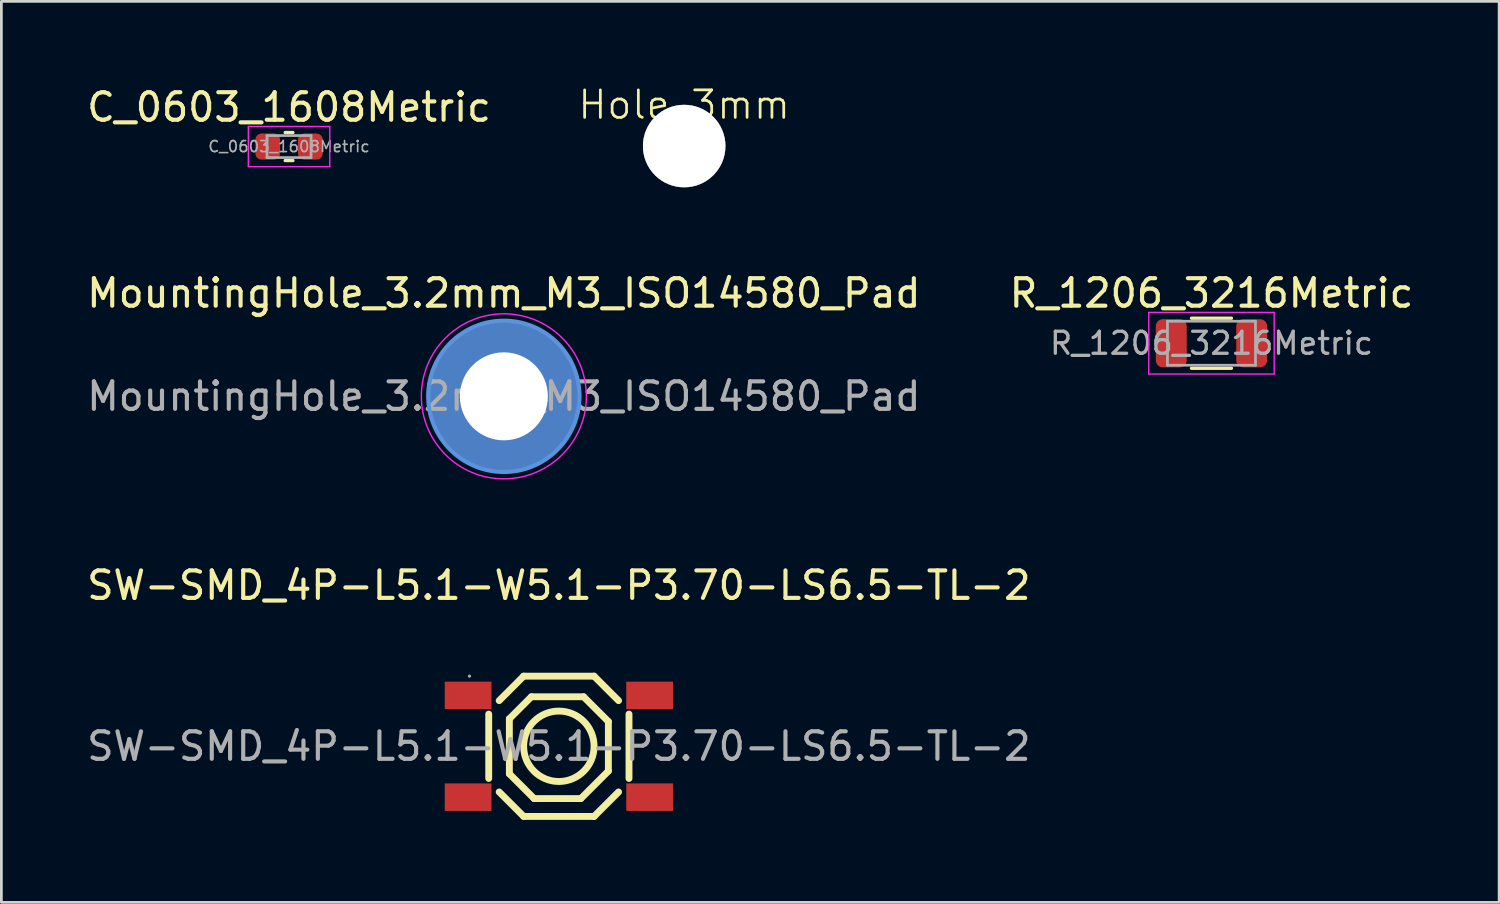
<source format=kicad_pcb>
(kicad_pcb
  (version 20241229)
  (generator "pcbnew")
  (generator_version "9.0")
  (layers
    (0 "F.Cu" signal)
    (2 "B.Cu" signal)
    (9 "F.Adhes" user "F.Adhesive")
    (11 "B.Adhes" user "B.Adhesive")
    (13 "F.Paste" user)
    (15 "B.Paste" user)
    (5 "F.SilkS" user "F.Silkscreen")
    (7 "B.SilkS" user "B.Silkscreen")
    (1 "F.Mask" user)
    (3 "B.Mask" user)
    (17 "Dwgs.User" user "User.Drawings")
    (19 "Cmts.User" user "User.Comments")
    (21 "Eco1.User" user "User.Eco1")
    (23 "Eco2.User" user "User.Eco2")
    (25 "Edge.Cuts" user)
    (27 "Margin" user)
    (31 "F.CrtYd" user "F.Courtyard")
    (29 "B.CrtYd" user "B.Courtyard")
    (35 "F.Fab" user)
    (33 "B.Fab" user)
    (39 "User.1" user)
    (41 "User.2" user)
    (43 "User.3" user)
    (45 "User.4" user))
  (footprint "MountingHole_3.2mm_M3_ISO14580_Pad"
    (layer "F.Cu")
    (at 15.268 11.359)
    (property "Reference" "MountingHole_3.2mm_M3_ISO14580_Pad" (at 0 -3.75 0) (layer "F.SilkS") (effects (font (size 1 1) (thickness 0.15))))
    (attr exclude_from_pos_files)
    (fp_circle (center 0 0) (end 2.75 0) (stroke (width 0.15) (type solid)) (fill no) (layer "Cmts.User"))
    (fp_circle (center 0 0) (end 3 0) (stroke (width 0.05) (type solid)) (fill no) (layer "F.CrtYd"))
    (fp_text user "${REFERENCE}" (at 0 0 0) (layer "F.Fab") (effects (font (size 1 1) (thickness 0.15))))
    (pad "1" thru_hole circle (at 0 0) (size 5.5 5.5) (drill 3.2) (layers "*.Cu" "*.Mask")))
  (footprint "Hole_3mm"
    (layer "F.Cu")
    (at 21.824 2.26)
    (property "Reference" "Hole_3mm" (at 0 -1.5 0) (unlocked yes) (layer "F.SilkS") (effects (font (size 1 1) (thickness 0.1))))
    (pad "0" thru_hole circle (at 0 0) (size 3 3) (drill 3) (layers "*.Cu" "*.Mask")))
  (footprint "C_0603_1608Metric"
    (layer "F.Cu")
    (at 7.458 2.278)
    (property "Reference" "C_0603_1608Metric" (at 0 -1.43 0) (layer "F.SilkS") (effects (font (size 1 1) (thickness 0.15))))
    (attr smd)
    (fp_line (start -0.141 -0.51) (end 0.141 -0.51) (stroke (width 0.12) (type solid)) (layer "F.SilkS"))
    (fp_line (start -0.141 0.51) (end 0.141 0.51) (stroke (width 0.12) (type solid)) (layer "F.SilkS"))
    (fp_line (start -1.48 -0.73) (end 1.48 -0.73) (stroke (width 0.05) (type solid)) (layer "F.CrtYd"))
    (fp_line (start -1.48 0.73) (end -1.48 -0.73) (stroke (width 0.05) (type solid)) (layer "F.CrtYd"))
    (fp_line (start 1.48 -0.73) (end 1.48 0.73) (stroke (width 0.05) (type solid)) (layer "F.CrtYd"))
    (fp_line (start 1.48 0.73) (end -1.48 0.73) (stroke (width 0.05) (type solid)) (layer "F.CrtYd"))
    (fp_line (start -0.8 -0.4) (end 0.8 -0.4) (stroke (width 0.1) (type solid)) (layer "F.Fab"))
    (fp_line (start -0.8 0.4) (end -0.8 -0.4) (stroke (width 0.1) (type solid)) (layer "F.Fab"))
    (fp_line (start 0.8 -0.4) (end 0.8 0.4) (stroke (width 0.1) (type solid)) (layer "F.Fab"))
    (fp_line (start 0.8 0.4) (end -0.8 0.4) (stroke (width 0.1) (type solid)) (layer "F.Fab"))
    (fp_text user "${REFERENCE}" (at 0 0 0) (layer "F.Fab") (effects (font (size 0.4 0.4) (thickness 0.06))))
    (pad "1" smd roundrect (at -0.775 0) (size 0.9 0.95) (layers "F.Cu" "F.Mask" "F.Paste") (roundrect_rratio 0.25))
    (pad "2" smd roundrect (at 0.775 0) (size 0.9 0.95) (layers "F.Cu" "F.Mask" "F.Paste") (roundrect_rratio 0.25)))
  (footprint "R_1206_3216Metric"
    (layer "F.Cu")
    (at 40.994 9.429)
    (property "Reference" "R_1206_3216Metric" (at 0 -1.82 0) (layer "F.SilkS") (effects (font (size 1 1) (thickness 0.15))))
    (attr smd)
    (fp_line (start -0.727 -0.91) (end 0.727 -0.91) (stroke (width 0.12) (type solid)) (layer "F.SilkS"))
    (fp_line (start -0.727 0.91) (end 0.727 0.91) (stroke (width 0.12) (type solid)) (layer "F.SilkS"))
    (fp_line (start -2.28 -1.12) (end 2.28 -1.12) (stroke (width 0.05) (type solid)) (layer "F.CrtYd"))
    (fp_line (start -2.28 1.12) (end -2.28 -1.12) (stroke (width 0.05) (type solid)) (layer "F.CrtYd"))
    (fp_line (start 2.28 -1.12) (end 2.28 1.12) (stroke (width 0.05) (type solid)) (layer "F.CrtYd"))
    (fp_line (start 2.28 1.12) (end -2.28 1.12) (stroke (width 0.05) (type solid)) (layer "F.CrtYd"))
    (fp_line (start -1.6 -0.8) (end 1.6 -0.8) (stroke (width 0.1) (type solid)) (layer "F.Fab"))
    (fp_line (start -1.6 0.8) (end -1.6 -0.8) (stroke (width 0.1) (type solid)) (layer "F.Fab"))
    (fp_line (start 1.6 -0.8) (end 1.6 0.8) (stroke (width 0.1) (type solid)) (layer "F.Fab"))
    (fp_line (start 1.6 0.8) (end -1.6 0.8) (stroke (width 0.1) (type solid)) (layer "F.Fab"))
    (fp_text user "${REFERENCE}" (at 0 0 0) (layer "F.Fab") (effects (font (size 0.8 0.8) (thickness 0.12))))
    (pad "1" smd roundrect (at -1.462 0) (size 1.125 1.75) (layers "F.Cu" "F.Mask" "F.Paste") (roundrect_rratio 0.222))
    (pad "2" smd roundrect (at 1.462 0) (size 1.125 1.75) (layers "F.Cu" "F.Mask" "F.Paste") (roundrect_rratio 0.222)))
  (footprint "SW-SMD_4P-L5.1-W5.1-P3.70-LS6.5-TL-2"
    (layer "F.Cu")
    (at 17.268 24.082)
    (property "Reference" "SW-SMD_4P-L5.1-W5.1-P3.70-LS6.5-TL-2" (at 0 -5.85 0) (layer "F.SilkS") (effects (font (size 1 1) (thickness 0.15))))
    (attr smd)
    (fp_line (start -2.55 -1.17) (end -2.55 1.17) (stroke (width 0.25) (type solid)) (layer "F.SilkS"))
    (fp_line (start -2.17 1.66) (end -1.28 2.55) (stroke (width 0.25) (type solid)) (layer "F.SilkS"))
    (fp_line (start -1.8 -1) (end -1 -1.8) (stroke (width 0.25) (type solid)) (layer "F.SilkS"))
    (fp_line (start -1.8 1) (end -1.8 -1) (stroke (width 0.25) (type solid)) (layer "F.SilkS"))
    (fp_line (start -1.28 -2.55) (end -2.17 -1.66) (stroke (width 0.25) (type solid)) (layer "F.SilkS"))
    (fp_line (start -1.28 -2.55) (end 1.28 -2.55) (stroke (width 0.25) (type solid)) (layer "F.SilkS"))
    (fp_line (start -1.28 2.55) (end 1.28 2.55) (stroke (width 0.25) (type solid)) (layer "F.SilkS"))
    (fp_line (start -1 -1.8) (end 0.9 -1.8) (stroke (width 0.25) (type solid)) (layer "F.SilkS"))
    (fp_line (start -0.9 1.9) (end -1.8 1) (stroke (width 0.25) (type solid)) (layer "F.SilkS"))
    (fp_line (start 0.8 1.9) (end -0.9 1.9) (stroke (width 0.25) (type solid)) (layer "F.SilkS"))
    (fp_line (start 0.9 -1.8) (end 1.8 -0.9) (stroke (width 0.25) (type solid)) (layer "F.SilkS"))
    (fp_line (start 1.28 -2.55) (end 2.17 -1.66) (stroke (width 0.25) (type solid)) (layer "F.SilkS"))
    (fp_line (start 1.8 -0.9) (end 1.8 0.9) (stroke (width 0.25) (type solid)) (layer "F.SilkS"))
    (fp_line (start 1.8 0.9) (end 0.8 1.9) (stroke (width 0.25) (type solid)) (layer "F.SilkS"))
    (fp_line (start 2.17 1.66) (end 1.28 2.55) (stroke (width 0.25) (type solid)) (layer "F.SilkS"))
    (fp_line (start 2.55 -1.17) (end 2.55 1.17) (stroke (width 0.25) (type solid)) (layer "F.SilkS"))
    (fp_circle (center 0 0) (end 1.28 0) (stroke (width 0.25) (type solid)) (fill no) (layer "F.SilkS"))
    (fp_circle (center -3.25 -2.55) (end -3.22 -2.55) (stroke (width 0.06) (type solid)) (fill no) (layer "F.Fab"))
    (fp_text user "${REFERENCE}" (at 0 0 0) (layer "F.Fab") (effects (font (size 1 1) (thickness 0.15))))
    (pad "1" smd rect (at -3.3 -1.85) (size 1.7 1) (layers "F.Cu" "F.Mask" "F.Paste"))
    (pad "2" smd rect (at 3.3 -1.85) (size 1.7 1) (layers "F.Cu" "F.Mask" "F.Paste"))
    (pad "3" smd rect (at -3.3 1.85) (size 1.7 1) (layers "F.Cu" "F.Mask" "F.Paste"))
    (pad "4" smd rect (at 3.3 1.85) (size 1.7 1) (layers "F.Cu" "F.Mask" "F.Paste")))
  (gr_rect
    (start -3 -3)
    (end 51.452 29.757)
    (stroke (width 0.1) (type default))
    (fill no)
    (layer "Edge.Cuts")))
</source>
